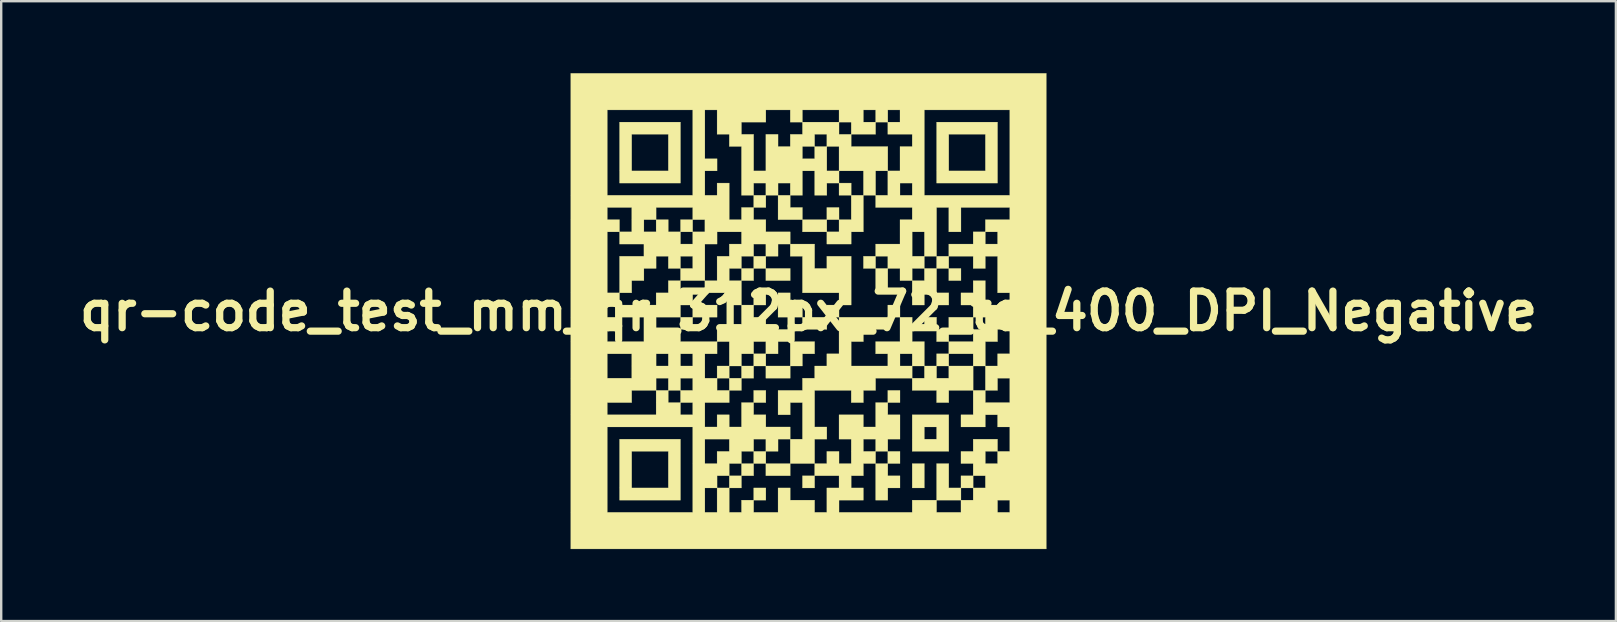
<source format=kicad_pcb>
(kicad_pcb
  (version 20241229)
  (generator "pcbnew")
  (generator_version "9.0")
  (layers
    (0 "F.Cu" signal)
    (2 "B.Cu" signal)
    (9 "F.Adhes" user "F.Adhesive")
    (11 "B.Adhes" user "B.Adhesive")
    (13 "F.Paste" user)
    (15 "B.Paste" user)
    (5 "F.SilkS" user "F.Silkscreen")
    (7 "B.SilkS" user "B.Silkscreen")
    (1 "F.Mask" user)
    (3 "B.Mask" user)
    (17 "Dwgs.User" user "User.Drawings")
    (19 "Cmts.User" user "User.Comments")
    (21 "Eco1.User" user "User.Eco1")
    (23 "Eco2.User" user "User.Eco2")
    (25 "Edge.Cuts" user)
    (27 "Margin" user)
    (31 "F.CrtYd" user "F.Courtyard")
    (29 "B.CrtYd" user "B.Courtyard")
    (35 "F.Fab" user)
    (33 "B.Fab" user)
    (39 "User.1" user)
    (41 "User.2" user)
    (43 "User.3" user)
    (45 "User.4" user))
  (footprint "qr-code_test_mm_qr_312px_72_to_400_DPI_Negative"
    (layer "F.Cu")
    (at 30.632 9.911)
    (property "Reference" "qr-code_test_mm_qr_312px_72_to_400_DPI_Negative" (at 0 0 0) (layer "F.SilkS") (effects (font (size 1.524 1.524) (thickness 0.3))))
    (attr through_hole)
    (fp_poly (pts (xy -4.826 -3.302) (xy -5.334 -3.302) (xy -5.334 -3.81) (xy -4.826 -3.81) (xy -4.826 -3.302)) (stroke (width 0.01) (type solid)) (fill yes) (layer "F.SilkS"))
    (fp_poly (pts (xy -4.826 0.762) (xy -5.334 0.762) (xy -5.334 0.254) (xy -4.826 0.254) (xy -4.826 0.762)) (stroke (width 0.01) (type solid)) (fill yes) (layer "F.SilkS"))
    (fp_poly (pts (xy -3.81 0.254) (xy -4.826 0.254) (xy -4.826 -0.254) (xy -3.81 -0.254) (xy -3.81 0.254)) (stroke (width 0.01) (type solid)) (fill yes) (layer "F.SilkS"))
    (fp_poly (pts (xy -2.794 7.366) (xy -3.302 7.366) (xy -3.302 6.858) (xy -2.794 6.858) (xy -2.794 7.366)) (stroke (width 0.01) (type solid)) (fill yes) (layer "F.SilkS"))
    (fp_poly (pts (xy -2.286 -1.27) (xy -2.794 -1.27) (xy -2.794 -1.778) (xy -2.286 -1.778) (xy -2.286 -1.27)) (stroke (width 0.01) (type solid)) (fill yes) (layer "F.SilkS"))
    (fp_poly (pts (xy -2.286 6.858) (xy -2.794 6.858) (xy -2.794 6.35) (xy -2.286 6.35) (xy -2.286 6.858)) (stroke (width 0.01) (type solid)) (fill yes) (layer "F.SilkS"))
    (fp_poly (pts (xy -1.778 -4.318) (xy -2.286 -4.318) (xy -2.286 -4.826) (xy -1.778 -4.826) (xy -1.778 -4.318)) (stroke (width 0.01) (type solid)) (fill yes) (layer "F.SilkS"))
    (fp_poly (pts (xy -1.778 -1.778) (xy -2.286 -1.778) (xy -2.286 -2.286) (xy -1.778 -2.286) (xy -1.778 -1.778)) (stroke (width 0.01) (type solid)) (fill yes) (layer "F.SilkS"))
    (fp_poly (pts (xy -1.778 -0.254) (xy -2.286 -0.254) (xy -2.286 -0.762) (xy -1.778 -0.762) (xy -1.778 -0.254)) (stroke (width 0.01) (type solid)) (fill yes) (layer "F.SilkS"))
    (fp_poly (pts (xy -1.778 3.81) (xy -2.286 3.81) (xy -2.286 3.302) (xy -1.778 3.302) (xy -1.778 3.81)) (stroke (width 0.01) (type solid)) (fill yes) (layer "F.SilkS"))
    (fp_poly (pts (xy -1.778 6.35) (xy -2.286 6.35) (xy -2.286 5.842) (xy -1.778 5.842) (xy -1.778 6.35)) (stroke (width 0.01) (type solid)) (fill yes) (layer "F.SilkS"))
    (fp_poly (pts (xy -1.778 7.874) (xy -2.286 7.874) (xy -2.286 7.366) (xy -1.778 7.366) (xy -1.778 7.874)) (stroke (width 0.01) (type solid)) (fill yes) (layer "F.SilkS"))
    (fp_poly (pts (xy -0.762 -1.27) (xy -1.778 -1.27) (xy -1.778 -1.778) (xy -0.762 -1.778) (xy -0.762 -1.27)) (stroke (width 0.01) (type solid)) (fill yes) (layer "F.SilkS"))
    (fp_poly (pts (xy -0.762 6.858) (xy -1.778 6.858) (xy -1.778 6.35) (xy -0.762 6.35) (xy -0.762 6.858)) (stroke (width 0.01) (type solid)) (fill yes) (layer "F.SilkS"))
    (fp_poly (pts (xy 0.254 7.366) (xy -0.254 7.366) (xy -0.254 6.858) (xy 0.254 6.858) (xy 0.254 7.366)) (stroke (width 0.01) (type solid)) (fill yes) (layer "F.SilkS"))
    (fp_poly (pts (xy 0.762 0.762) (xy -0.254 0.762) (xy -0.254 0.254) (xy 0.762 0.254) (xy 0.762 0.762)) (stroke (width 0.01) (type solid)) (fill yes) (layer "F.SilkS"))
    (fp_poly (pts (xy 1.27 0.254) (xy 0.762 0.254) (xy 0.762 -0.254) (xy 1.27 -0.254) (xy 1.27 0.254)) (stroke (width 0.01) (type solid)) (fill yes) (layer "F.SilkS"))
    (fp_poly (pts (xy 1.778 -4.826) (xy 1.27 -4.826) (xy 1.27 -5.334) (xy 1.778 -5.334) (xy 1.778 -4.826)) (stroke (width 0.01) (type solid)) (fill yes) (layer "F.SilkS"))
    (fp_poly (pts (xy 2.794 -1.778) (xy 2.286 -1.778) (xy 2.286 -2.286) (xy 2.794 -2.286) (xy 2.794 -1.778)) (stroke (width 0.01) (type solid)) (fill yes) (layer "F.SilkS"))
    (fp_poly (pts (xy 3.302 -0.762) (xy 2.794 -0.762) (xy 2.794 -1.778) (xy 3.302 -1.778) (xy 3.302 -0.762)) (stroke (width 0.01) (type solid)) (fill yes) (layer "F.SilkS"))
    (fp_poly (pts (xy 3.81 3.81) (xy 3.302 3.81) (xy 3.302 3.302) (xy 3.81 3.302) (xy 3.81 3.81)) (stroke (width 0.01) (type solid)) (fill yes) (layer "F.SilkS"))
    (fp_poly (pts (xy 3.81 6.35) (xy 3.302 6.35) (xy 3.302 5.842) (xy 3.81 5.842) (xy 3.81 6.35)) (stroke (width 0.01) (type solid)) (fill yes) (layer "F.SilkS"))
    (fp_poly (pts (xy 4.826 7.366) (xy 4.318 7.366) (xy 4.318 6.35) (xy 4.826 6.35) (xy 4.826 7.366)) (stroke (width 0.01) (type solid)) (fill yes) (layer "F.SilkS"))
    (fp_poly (pts (xy 5.334 0.762) (xy 4.826 0.762) (xy 4.826 0.254) (xy 5.334 0.254) (xy 5.334 0.762)) (stroke (width 0.01) (type solid)) (fill yes) (layer "F.SilkS"))
    (fp_poly (pts (xy 5.842 -1.778) (xy 5.334 -1.778) (xy 5.334 -2.286) (xy 5.842 -2.286) (xy 5.842 -1.778)) (stroke (width 0.01) (type solid)) (fill yes) (layer "F.SilkS"))
    (fp_poly (pts (xy 5.842 -0.254) (xy 5.334 -0.254) (xy 5.334 -0.762) (xy 5.842 -0.762) (xy 5.842 -0.254)) (stroke (width 0.01) (type solid)) (fill yes) (layer "F.SilkS"))
    (fp_poly (pts (xy 5.842 1.27) (xy 5.334 1.27) (xy 5.334 0.762) (xy 5.842 0.762) (xy 5.842 1.27)) (stroke (width 0.01) (type solid)) (fill yes) (layer "F.SilkS"))
    (fp_poly (pts (xy 6.35 -1.27) (xy 5.842 -1.27) (xy 5.842 -1.778) (xy 6.35 -1.778) (xy 6.35 -1.27)) (stroke (width 0.01) (type solid)) (fill yes) (layer "F.SilkS"))
    (fp_poly (pts (xy 6.858 0.762) (xy 5.842 0.762) (xy 5.842 0.254) (xy 6.858 0.254) (xy 6.858 0.762)) (stroke (width 0.01) (type solid)) (fill yes) (layer "F.SilkS"))
    (fp_poly (pts (xy 6.858 7.366) (xy 6.35 7.366) (xy 6.35 6.858) (xy 6.858 6.858) (xy 6.858 7.366)) (stroke (width 0.01) (type solid)) (fill yes) (layer "F.SilkS"))
    (fp_poly (pts (xy -0.762 -4.318) (xy -0.254 -4.318) (xy -0.254 -3.81) (xy -1.27 -3.81) (xy -1.27 -4.826) (xy -0.762 -4.826) (xy -0.762 -4.318)) (stroke (width 0.01) (type solid)) (fill yes) (layer "F.SilkS"))
    (fp_poly (pts (xy -0.762 -0.254) (xy -0.254 -0.254) (xy -0.254 0.254) (xy -1.27 0.254) (xy -1.27 -0.762) (xy -0.762 -0.762) (xy -0.762 -0.254)) (stroke (width 0.01) (type solid)) (fill yes) (layer "F.SilkS"))
    (fp_poly (pts (xy 5.842 7.366) (xy 6.35 7.366) (xy 6.35 7.874) (xy 5.334 7.874) (xy 5.334 6.35) (xy 5.842 6.35) (xy 5.842 7.366)) (stroke (width 0.01) (type solid)) (fill yes) (layer "F.SilkS"))
    (fp_poly (pts (xy 3.302 6.858) (xy 3.81 6.858) (xy 3.81 7.366) (xy 3.302 7.366) (xy 3.302 7.874) (xy 2.794 7.874) (xy 2.794 6.35) (xy 3.302 6.35) (xy 3.302 6.858)) (stroke (width 0.01) (type solid)) (fill yes) (layer "F.SilkS"))
    (fp_poly (pts (xy 5.334 -0.762) (xy 4.826 -0.762) (xy 4.826 -0.254) (xy 4.318 -0.254) (xy 4.318 -1.27) (xy 4.826 -1.27) (xy 4.826 -1.778) (xy 5.334 -1.778) (xy 5.334 -0.762)) (stroke (width 0.01) (type solid)) (fill yes) (layer "F.SilkS"))
    (fp_poly (pts (xy -5.334 -5.334) (xy -7.874 -5.334) (xy -7.874 -7.366) (xy -7.366 -7.366) (xy -7.366 -5.842) (xy -5.842 -5.842) (xy -5.842 -7.366) (xy -7.366 -7.366) (xy -7.874 -7.366) (xy -7.874 -7.874) (xy -5.334 -7.874) (xy -5.334 -5.334)) (stroke (width 0.01) (type solid)) (fill yes) (layer "F.SilkS"))
    (fp_poly (pts (xy -5.334 7.874) (xy -7.874 7.874) (xy -7.874 5.842) (xy -7.366 5.842) (xy -7.366 7.366) (xy -5.842 7.366) (xy -5.842 5.842) (xy -7.366 5.842) (xy -7.874 5.842) (xy -7.874 5.334) (xy -5.334 5.334) (xy -5.334 7.874)) (stroke (width 0.01) (type solid)) (fill yes) (layer "F.SilkS"))
    (fp_poly (pts (xy 5.842 5.842) (xy 4.318 5.842) (xy 4.318 4.826) (xy 4.826 4.826) (xy 4.826 5.334) (xy 5.334 5.334) (xy 5.334 4.826) (xy 4.826 4.826) (xy 4.318 4.826) (xy 4.318 4.318) (xy 5.842 4.318) (xy 5.842 5.842)) (stroke (width 0.01) (type solid)) (fill yes) (layer "F.SilkS"))
    (fp_poly (pts (xy 7.874 -5.334) (xy 5.334 -5.334) (xy 5.334 -7.366) (xy 5.842 -7.366) (xy 5.842 -5.842) (xy 7.366 -5.842) (xy 7.366 -7.366) (xy 5.842 -7.366) (xy 5.334 -7.366) (xy 5.334 -7.874) (xy 7.874 -7.874) (xy 7.874 -5.334)) (stroke (width 0.01) (type solid)) (fill yes) (layer "F.SilkS"))
    (fp_poly (pts (xy 0.254 -1.778) (xy 0.762 -1.778) (xy 0.762 -2.286) (xy 1.778 -2.286) (xy 1.778 -0.254) (xy 1.27 -0.254) (xy 1.27 -0.762) (xy -0.254 -0.762) (xy -0.254 -2.286) (xy -0.762 -2.286) (xy -0.762 -2.794) (xy 0.254 -2.794) (xy 0.254 -1.778)) (stroke (width 0.01) (type solid)) (fill yes) (layer "F.SilkS"))
    (fp_poly (pts (xy 2.286 -3.302) (xy 1.778 -3.302) (xy 1.778 -2.794) (xy 0.762 -2.794) (xy 0.762 -3.302) (xy -0.254 -3.302) (xy -0.254 -3.81) (xy 0.762 -3.81) (xy 0.762 -3.302) (xy 1.27 -3.302) (xy 1.27 -3.81) (xy 0.762 -3.81) (xy 0.762 -4.318) (xy 1.27 -4.318) (xy 1.27 -3.81) (xy 1.778 -3.81) (xy 1.778 -4.826) (xy 2.286 -4.826) (xy 2.286 -3.302)) (stroke (width 0.01) (type solid)) (fill yes) (layer "F.SilkS"))
    (fp_poly (pts (xy 0.254 1.27) (xy 0.254 1.778) (xy -0.254 1.778) (xy -0.254 2.286) (xy -0.762 2.286) (xy -0.762 2.794) (xy -1.778 2.794) (xy -1.778 2.286) (xy -2.286 2.286) (xy -2.286 2.794) (xy -2.794 2.794) (xy -2.794 3.302) (xy -3.302 3.302) (xy -3.302 2.794) (xy -3.81 2.794) (xy -3.81 2.286) (xy -3.302 2.286) (xy -3.302 2.794) (xy -2.794 2.794) (xy -2.794 2.286) (xy -3.302 2.286) (xy -3.302 1.778) (xy -2.794 1.778) (xy -2.794 2.286) (xy -2.286 2.286) (xy -2.286 1.778) (xy -2.794 1.778) (xy -3.302 1.778) (xy -3.302 1.27) (xy -2.286 1.27) (xy -2.286 1.778) (xy -1.778 1.778) (xy -1.778 2.286) (xy -0.762 2.286) (xy -0.762 1.27) (xy -1.27 1.27) (xy -1.27 1.778) (xy -1.778 1.778) (xy -1.778 1.27) (xy -2.286 1.27) (xy -3.302 1.27) (xy -3.81 1.27) (xy -3.81 0.762) (xy -2.794 0.762) (xy -2.794 -0.254) (xy -2.286 -0.254) (xy -2.286 0.254) (xy -1.778 0.254) (xy -1.778 0.762) (xy -0.762 0.762) (xy -0.762 1.27) (xy 0.254 1.27)) (stroke (width 0.01) (type solid)) (fill yes) (layer "F.SilkS"))
    (fp_poly (pts (xy 6.858 2.286) (xy 6.858 3.302) (xy 5.842 3.302) (xy 5.842 3.81) (xy 5.334 3.81) (xy 5.334 3.302) (xy 4.318 3.302) (xy 4.318 2.794) (xy 2.794 2.794) (xy 2.794 3.302) (xy 2.286 3.302) (xy 2.286 3.81) (xy 1.778 3.81) (xy 1.778 3.302) (xy 0.254 3.302) (xy 0.254 4.826) (xy 0.762 4.826) (xy 0.762 5.334) (xy 0.254 5.334) (xy 0.254 6.35) (xy -0.762 6.35) (xy -0.762 5.334) (xy -0.254 5.334) (xy -0.254 3.81) (xy -0.762 3.81) (xy -0.762 4.318) (xy -1.27 4.318) (xy -1.27 3.302) (xy -0.254 3.302) (xy -0.254 2.794) (xy 0.254 2.794) (xy 0.254 2.286) (xy 0.762 2.286) (xy 0.762 1.778) (xy 1.27 1.778) (xy 1.27 1.27) (xy 1.778 1.27) (xy 1.778 2.286) (xy 3.302 2.286) (xy 3.302 1.778) (xy 3.81 1.778) (xy 3.81 2.286) (xy 4.318 2.286) (xy 4.318 2.794) (xy 4.826 2.794) (xy 4.826 2.286) (xy 4.318 2.286) (xy 4.318 1.778) (xy 3.81 1.778) (xy 3.302 1.778) (xy 2.794 1.778) (xy 2.794 1.27) (xy 3.81 1.27) (xy 3.81 0.254) (xy 3.302 0.254) (xy 3.302 0.762) (xy 2.286 0.762) (xy 2.286 1.27) (xy 1.778 1.27) (xy 1.27 1.27) (xy 1.27 0.254) (xy 3.302 0.254) (xy 3.302 -0.254) (xy 3.81 -0.254) (xy 3.81 0.254) (xy 4.318 0.254) (xy 4.318 1.27) (xy 4.826 1.27) (xy 4.826 2.286) (xy 5.334 2.286) (xy 5.334 2.794) (xy 5.842 2.794) (xy 5.842 2.286) (xy 5.334 2.286) (xy 5.334 1.778) (xy 5.842 1.778) (xy 5.842 2.286) (xy 6.858 2.286)) (stroke (width 0.01) (type solid)) (fill yes) (layer "F.SilkS"))
    (fp_poly (pts (xy 9.906 9.906) (xy -9.906 9.906) (xy -9.906 4.826) (xy -8.382 4.826) (xy -8.382 8.382) (xy -4.826 8.382) (xy -4.826 7.366) (xy -4.318 7.366) (xy -4.318 8.382) (xy -3.81 8.382) (xy -3.81 7.366) (xy -4.318 7.366) (xy -4.826 7.366) (xy -4.826 5.334) (xy -4.318 5.334) (xy -4.318 6.35) (xy -3.81 6.35) (xy -3.81 5.842) (xy -3.302 5.842) (xy -3.302 5.334) (xy -4.318 5.334) (xy -4.826 5.334) (xy -4.826 4.826) (xy -8.382 4.826) (xy -9.906 4.826) (xy -9.906 3.81) (xy -8.382 3.81) (xy -8.382 4.318) (xy -6.35 4.318) (xy -6.35 3.302) (xy -7.366 3.302) (xy -7.366 3.81) (xy -8.382 3.81) (xy -9.906 3.81) (xy -9.906 1.778) (xy -8.382 1.778) (xy -8.382 2.794) (xy -7.366 2.794) (xy -6.35 2.794) (xy -6.35 3.302) (xy -5.842 3.302) (xy -5.842 3.81) (xy -5.334 3.81) (xy -5.334 4.318) (xy -4.826 4.318) (xy -4.826 3.81) (xy -5.334 3.81) (xy -5.334 3.302) (xy -5.842 3.302) (xy -5.842 2.794) (xy -5.334 2.794) (xy -5.334 3.302) (xy -4.826 3.302) (xy -4.826 2.794) (xy -5.334 2.794) (xy -5.842 2.794) (xy -6.35 2.794) (xy -7.366 2.794) (xy -7.366 1.778) (xy -6.35 1.778) (xy -6.35 2.286) (xy -5.842 2.286) (xy -5.842 1.778) (xy -5.334 1.778) (xy -5.334 2.286) (xy -4.826 2.286) (xy -4.826 1.778) (xy -5.334 1.778) (xy -5.842 1.778) (xy -6.35 1.778) (xy -7.366 1.778) (xy -8.382 1.778) (xy -9.906 1.778) (xy -9.906 0.762) (xy -8.382 0.762) (xy -8.382 1.27) (xy -6.858 1.27) (xy -6.858 0.254) (xy -6.35 0.254) (xy -6.35 0.762) (xy -5.334 0.762) (xy -5.334 1.27) (xy -3.81 1.27) (xy -3.81 1.778) (xy -4.318 1.778) (xy -4.318 2.794) (xy -3.81 2.794) (xy -3.81 3.302) (xy -3.302 3.302) (xy -3.302 3.81) (xy -4.318 3.81) (xy -4.318 4.826) (xy -3.81 4.826) (xy -3.81 4.318) (xy -3.302 4.318) (xy -3.302 4.826) (xy -2.794 4.826) (xy -2.794 3.81) (xy -2.286 3.81) (xy -2.286 4.318) (xy -1.778 4.318) (xy -1.778 4.826) (xy -0.762 4.826) (xy -0.762 5.334) (xy -1.27 5.334) (xy -1.27 5.842) (xy -1.778 5.842) (xy -1.778 5.334) (xy -2.286 5.334) (xy -2.286 5.842) (xy -2.794 5.842) (xy -2.794 6.35) (xy -3.302 6.35) (xy -3.302 6.858) (xy -3.81 6.858) (xy -3.81 7.366) (xy -3.302 7.366) (xy -3.302 8.382) (xy -2.794 8.382) (xy -2.794 7.874) (xy -2.286 7.874) (xy -2.286 8.382) (xy -1.27 8.382) (xy -1.27 7.366) (xy -0.762 7.366) (xy -0.762 7.874) (xy 0.254 7.874) (xy 0.254 8.382) (xy 0.762 8.382) (xy 0.762 7.366) (xy 1.27 7.366) (xy 1.27 6.858) (xy 0.254 6.858) (xy 0.254 6.35) (xy 0.762 6.35) (xy 0.762 5.842) (xy 1.27 5.842) (xy 1.27 6.35) (xy 1.778 6.35) (xy 1.778 5.334) (xy 2.286 5.334) (xy 2.286 5.842) (xy 2.794 5.842) (xy 2.794 5.334) (xy 2.286 5.334) (xy 1.778 5.334) (xy 1.27 5.334) (xy 1.27 4.318) (xy 2.286 4.318) (xy 2.286 4.826) (xy 2.794 4.826) (xy 2.794 3.81) (xy 3.302 3.81) (xy 3.302 4.318) (xy 3.81 4.318) (xy 3.81 5.334) (xy 3.302 5.334) (xy 3.302 5.842) (xy 2.794 5.842) (xy 2.794 6.35) (xy 2.286 6.35) (xy 2.286 6.858) (xy 1.778 6.858) (xy 1.778 7.366) (xy 2.286 7.366) (xy 2.286 7.874) (xy 1.27 7.874) (xy 1.27 8.382) (xy 4.318 8.382) (xy 4.318 7.874) (xy 5.334 7.874) (xy 5.334 8.382) (xy 6.35 8.382) (xy 6.35 7.874) (xy 6.858 7.874) (xy 7.874 7.874) (xy 7.874 8.382) (xy 8.382 8.382) (xy 8.382 7.874) (xy 7.874 7.874) (xy 6.858 7.874) (xy 6.858 7.366) (xy 7.366 7.366) (xy 7.366 6.858) (xy 6.858 6.858) (xy 6.858 6.35) (xy 6.35 6.35) (xy 6.35 5.842) (xy 6.858 5.842) (xy 7.366 5.842) (xy 7.366 6.35) (xy 7.874 6.35) (xy 7.874 5.842) (xy 7.366 5.842) (xy 6.858 5.842) (xy 6.858 5.334) (xy 7.874 5.334) (xy 7.874 5.842) (xy 8.382 5.842) (xy 8.382 4.826) (xy 7.874 4.826) (xy 7.874 4.318) (xy 7.366 4.318) (xy 7.366 4.826) (xy 6.35 4.826) (xy 6.35 4.318) (xy 6.858 4.318) (xy 6.858 3.302) (xy 7.366 3.302) (xy 7.366 3.81) (xy 8.382 3.81) (xy 8.382 2.794) (xy 7.874 2.794) (xy 7.874 3.302) (xy 7.366 3.302) (xy 7.366 2.286) (xy 6.858 2.286) (xy 6.858 1.778) (xy 5.842 1.778) (xy 5.842 1.27) (xy 6.858 1.27) (xy 7.366 1.27) (xy 7.366 2.286) (xy 7.874 2.286) (xy 7.874 1.778) (xy 8.382 1.778) (xy 8.382 0.762) (xy 7.874 0.762) (xy 7.874 1.27) (xy 7.366 1.27) (xy 6.858 1.27) (xy 6.858 0.762) (xy 7.366 0.762) (xy 7.366 0.254) (xy 6.858 0.254) (xy 6.858 -0.254) (xy 6.35 -0.254) (xy 6.35 -0.762) (xy 6.858 -0.762) (xy 6.858 -1.27) (xy 7.366 -1.27) (xy 7.366 -0.254) (xy 8.382 -0.254) (xy 8.382 -0.762) (xy 7.874 -0.762) (xy 7.874 -2.286) (xy 7.366 -2.286) (xy 7.366 -1.778) (xy 6.858 -1.778) (xy 6.858 -2.286) (xy 5.842 -2.286) (xy 5.842 -2.794) (xy 6.858 -2.794) (xy 6.858 -3.302) (xy 7.366 -3.302) (xy 7.366 -2.794) (xy 7.874 -2.794) (xy 7.874 -3.302) (xy 7.366 -3.302) (xy 7.366 -3.81) (xy 8.382 -3.81) (xy 8.382 -4.318) (xy 6.35 -4.318) (xy 6.35 -3.302) (xy 5.842 -3.302) (xy 5.842 -4.318) (xy 5.334 -4.318) (xy 5.334 -2.286) (xy 4.826 -2.286) (xy 4.826 -1.778) (xy 4.318 -1.778) (xy 4.318 -1.27) (xy 3.81 -1.27) (xy 3.81 -1.778) (xy 3.302 -1.778) (xy 3.302 -2.286) (xy 2.794 -2.286) (xy 2.794 -2.794) (xy 3.81 -2.794) (xy 3.81 -3.302) (xy 4.318 -3.302) (xy 4.318 -2.286) (xy 4.826 -2.286) (xy 4.826 -3.302) (xy 4.318 -3.302) (xy 3.81 -3.302) (xy 3.81 -3.81) (xy 4.318 -3.81) (xy 4.318 -4.318) (xy 2.794 -4.318) (xy 2.794 -4.826) (xy 2.286 -4.826) (xy 2.286 -5.842) (xy 2.794 -5.842) (xy 2.794 -4.826) (xy 3.302 -4.826) (xy 3.302 -5.334) (xy 3.81 -5.334) (xy 3.81 -4.826) (xy 4.318 -4.826) (xy 4.318 -5.334) (xy 3.81 -5.334) (xy 3.302 -5.334) (xy 3.302 -5.842) (xy 2.794 -5.842) (xy 2.286 -5.842) (xy 1.27 -5.842) (xy 1.27 -5.334) (xy 0.762 -5.334) (xy 0.762 -4.826) (xy 0.254 -4.826) (xy 0.254 -5.842) (xy -0.254 -5.842) (xy -0.254 -4.826) (xy -0.762 -4.826) (xy -0.762 -5.334) (xy -1.27 -5.334) (xy -1.27 -4.826) (xy -1.778 -4.826) (xy -1.778 -5.334) (xy -2.286 -5.334) (xy -2.286 -4.826) (xy -2.794 -4.826) (xy -2.794 -6.858) (xy -3.302 -6.858) (xy -3.302 -7.366) (xy -3.81 -7.366) (xy -3.81 -7.874) (xy -2.794 -7.874) (xy -2.794 -7.366) (xy -2.286 -7.366) (xy -2.286 -5.842) (xy -1.778 -5.842) (xy -1.778 -7.366) (xy -1.27 -7.366) (xy -1.27 -6.858) (xy -0.762 -6.858) (xy -0.254 -6.858) (xy -0.254 -6.35) (xy 0.254 -6.35) (xy 0.254 -6.858) (xy -0.254 -6.858) (xy -0.762 -6.858) (xy -0.762 -7.366) (xy -0.254 -7.366) (xy 0.254 -7.366) (xy 0.254 -6.858) (xy 0.762 -6.858) (xy 0.762 -5.842) (xy 1.27 -5.842) (xy 1.27 -6.858) (xy 0.762 -6.858) (xy 0.762 -7.366) (xy 0.254 -7.366) (xy -0.254 -7.366) (xy -0.254 -7.874) (xy -0.762 -7.874) (xy -0.762 -8.382) (xy -0.254 -8.382) (xy -0.254 -7.874) (xy 1.27 -7.874) (xy 1.27 -7.366) (xy 1.778 -7.366) (xy 1.778 -6.858) (xy 3.302 -6.858) (xy 3.302 -5.842) (xy 3.81 -5.842) (xy 3.81 -6.858) (xy 4.318 -6.858) (xy 4.318 -7.366) (xy 3.302 -7.366) (xy 3.302 -7.874) (xy 2.794 -7.874) (xy 2.794 -7.366) (xy 1.778 -7.366) (xy 1.778 -7.874) (xy 1.27 -7.874) (xy 1.27 -8.382) (xy 2.286 -8.382) (xy 2.286 -7.874) (xy 2.794 -7.874) (xy 2.794 -8.382) (xy 3.302 -8.382) (xy 3.302 -7.874) (xy 3.81 -7.874) (xy 3.81 -8.382) (xy 4.826 -8.382) (xy 4.826 -4.826) (xy 8.382 -4.826) (xy 8.382 -8.382) (xy 4.826 -8.382) (xy 3.81 -8.382) (xy 3.302 -8.382) (xy 2.794 -8.382) (xy 2.286 -8.382) (xy 1.27 -8.382) (xy -0.254 -8.382) (xy -0.762 -8.382) (xy -1.778 -8.382) (xy -1.778 -7.874) (xy -2.794 -7.874) (xy -3.81 -7.874) (xy -3.81 -8.382) (xy -4.318 -8.382) (xy -4.318 -6.35) (xy -3.81 -6.35) (xy -3.81 -5.842) (xy -4.318 -5.842) (xy -4.318 -4.826) (xy -3.81 -4.826) (xy -3.81 -5.334) (xy -3.302 -5.334) (xy -3.302 -3.81) (xy -2.794 -3.81) (xy -2.794 -4.318) (xy -2.286 -4.318) (xy -2.286 -3.81) (xy -1.778 -3.81) (xy -1.778 -3.302) (xy -0.762 -3.302) (xy -0.762 -2.794) (xy -1.27 -2.794) (xy -1.27 -2.286) (xy -1.778 -2.286) (xy -1.778 -2.794) (xy -2.286 -2.794) (xy -2.286 -2.286) (xy -2.794 -2.286) (xy -2.794 -1.778) (xy -3.302 -1.778) (xy -3.302 -1.27) (xy -2.794 -1.27) (xy -2.794 -0.254) (xy -3.302 -0.254) (xy -3.302 -0.762) (xy -4.318 -0.762) (xy -4.318 -1.27) (xy -5.334 -1.27) (xy -5.334 -0.762) (xy -4.826 -0.762) (xy -4.826 -0.254) (xy -5.334 -0.254) (xy -5.334 0.254) (xy -6.35 0.254) (xy -6.858 0.254) (xy -7.874 0.254) (xy -7.874 0.762) (xy -8.382 0.762) (xy -9.906 0.762) (xy -9.906 -0.254) (xy -8.382 -0.254) (xy -8.382 0.254) (xy -7.874 0.254) (xy -7.874 -0.254) (xy -8.382 -0.254) (xy -9.906 -0.254) (xy -9.906 -3.302) (xy -8.382 -3.302) (xy -8.382 -0.762) (xy -7.874 -0.762) (xy -7.874 -0.254) (xy -6.35 -0.254) (xy -6.35 -0.762) (xy -5.842 -0.762) (xy -5.842 -1.27) (xy -5.334 -1.27) (xy -5.334 -1.778) (xy -5.842 -1.778) (xy -5.842 -2.286) (xy -5.334 -2.286) (xy -5.334 -1.778) (xy -4.826 -1.778) (xy -4.826 -2.286) (xy -5.334 -2.286) (xy -5.842 -2.286) (xy -6.35 -2.286) (xy -6.35 -1.778) (xy -6.858 -1.778) (xy -6.858 -1.27) (xy -7.366 -1.27) (xy -7.366 -0.762) (xy -7.874 -0.762) (xy -7.874 -2.286) (xy -6.858 -2.286) (xy -6.858 -2.794) (xy -7.874 -2.794) (xy -7.874 -3.302) (xy -8.382 -3.302) (xy -9.906 -3.302) (xy -9.906 -4.318) (xy -8.382 -4.318) (xy -8.382 -3.81) (xy -7.874 -3.81) (xy -7.874 -3.302) (xy -7.366 -3.302) (xy -7.366 -3.81) (xy -6.858 -3.81) (xy -6.858 -3.302) (xy -6.35 -3.302) (xy -6.35 -3.81) (xy -6.858 -3.81) (xy -7.366 -3.81) (xy -7.366 -4.318) (xy -6.35 -4.318) (xy -6.35 -3.81) (xy -5.842 -3.81) (xy -5.842 -3.302) (xy -5.334 -3.302) (xy -5.334 -2.794) (xy -4.826 -2.794) (xy -4.318 -2.794) (xy -4.318 -1.27) (xy -3.81 -1.27) (xy -3.81 -2.286) (xy -3.302 -2.286) (xy -3.302 -2.794) (xy -2.794 -2.794) (xy -2.794 -3.302) (xy -3.81 -3.302) (xy -3.81 -2.794) (xy -4.318 -2.794) (xy -4.826 -2.794) (xy -4.826 -3.302) (xy -4.318 -3.302) (xy -4.318 -3.81) (xy -4.826 -3.81) (xy -4.826 -4.318) (xy -6.35 -4.318) (xy -7.366 -4.318) (xy -8.382 -4.318) (xy -9.906 -4.318) (xy -9.906 -8.382) (xy -8.382 -8.382) (xy -8.382 -4.826) (xy -4.826 -4.826) (xy -4.826 -8.382) (xy -8.382 -8.382) (xy -9.906 -8.382) (xy -9.906 -9.906) (xy 9.906 -9.906) (xy 9.906 9.906)) (stroke (width 0.01) (type solid)) (fill yes) (layer "F.SilkS")))
  (gr_rect
    (start -3 -3)
    (end 64.265 22.822)
    (stroke (width 0.1) (type default))
    (fill no)
    (layer "Edge.Cuts")))
</source>
